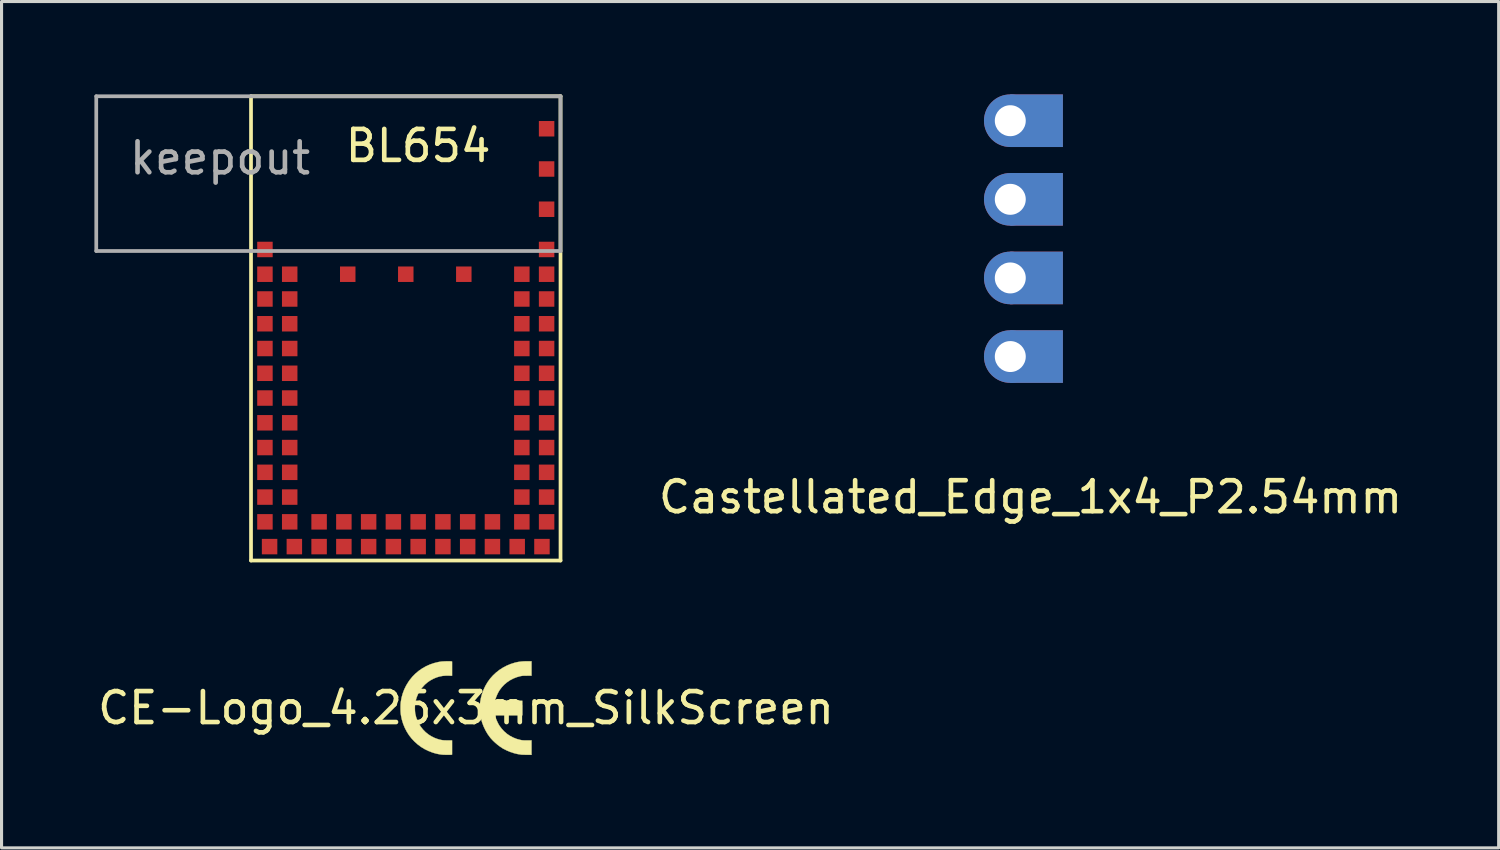
<source format=kicad_pcb>
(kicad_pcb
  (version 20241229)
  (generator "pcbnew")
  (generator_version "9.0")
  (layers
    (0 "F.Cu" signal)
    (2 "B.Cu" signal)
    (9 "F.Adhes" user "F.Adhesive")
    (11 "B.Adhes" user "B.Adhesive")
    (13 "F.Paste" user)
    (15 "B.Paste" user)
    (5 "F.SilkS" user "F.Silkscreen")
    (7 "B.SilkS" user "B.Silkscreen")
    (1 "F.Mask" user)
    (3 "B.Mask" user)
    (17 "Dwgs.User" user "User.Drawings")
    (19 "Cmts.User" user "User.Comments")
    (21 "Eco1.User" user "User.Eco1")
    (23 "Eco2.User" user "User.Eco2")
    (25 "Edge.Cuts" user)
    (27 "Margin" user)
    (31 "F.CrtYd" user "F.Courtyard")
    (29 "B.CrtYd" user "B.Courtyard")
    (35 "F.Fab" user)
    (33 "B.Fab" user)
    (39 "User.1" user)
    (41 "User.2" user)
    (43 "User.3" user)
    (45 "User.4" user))
  (footprint "CE-Logo_4.25x3mm_SilkScreen"
    (layer "F.Cu")
    (at 12.006 19.823)
    (property "Reference" "CE-Logo_4.25x3mm_SilkScreen" (at 0 0 0) (layer "F.SilkS") (effects (font (size 1 1) (thickness 0.15))))
    (attr exclude_from_pos_files exclude_from_bom)
    (fp_poly (pts (xy -0.53 -1.508) (xy -0.498 -1.507) (xy -0.475 -1.506) (xy -0.465 -1.504) (xy -0.45 -1.5) (xy -0.45 -1.04) (xy -0.555 -1.043) (xy -0.659 -1.043) (xy -0.757 -1.035) (xy -0.849 -1.017) (xy -0.939 -0.991) (xy -1.03 -0.954) (xy -1.068 -0.936) (xy -1.159 -0.886) (xy -1.24 -0.83) (xy -1.316 -0.766) (xy -1.346 -0.737) (xy -1.424 -0.65) (xy -1.492 -0.554) (xy -1.549 -0.452) (xy -1.594 -0.343) (xy -1.628 -0.228) (xy -1.638 -0.182) (xy -1.644 -0.14) (xy -1.648 -0.088) (xy -1.651 -0.031) (xy -1.651 0.029) (xy -1.649 0.087) (xy -1.645 0.14) (xy -1.639 0.185) (xy -1.638 0.189) (xy -1.61 0.303) (xy -1.57 0.412) (xy -1.52 0.515) (xy -1.458 0.611) (xy -1.387 0.7) (xy -1.307 0.781) (xy -1.218 0.853) (xy -1.121 0.915) (xy -1.017 0.967) (xy -0.925 1.001) (xy -0.874 1.017) (xy -0.826 1.029) (xy -0.78 1.038) (xy -0.731 1.044) (xy -0.677 1.047) (xy -0.615 1.048) (xy -0.587 1.048) (xy -0.45 1.048) (xy -0.45 1.507) (xy -0.465 1.511) (xy -0.477 1.512) (xy -0.501 1.513) (xy -0.533 1.514) (xy -0.571 1.514) (xy -0.612 1.514) (xy -0.654 1.513) (xy -0.696 1.512) (xy -0.733 1.511) (xy -0.764 1.509) (xy -0.787 1.507) (xy -0.787 1.507) (xy -0.844 1.499) (xy -0.907 1.487) (xy -0.974 1.472) (xy -1.037 1.454) (xy -1.078 1.442) (xy -1.21 1.391) (xy -1.336 1.33) (xy -1.454 1.258) (xy -1.564 1.176) (xy -1.665 1.085) (xy -1.758 0.986) (xy -1.842 0.879) (xy -1.915 0.764) (xy -1.978 0.642) (xy -2.03 0.515) (xy -2.071 0.381) (xy -2.1 0.243) (xy -2.107 0.198) (xy -2.111 0.156) (xy -2.114 0.104) (xy -2.116 0.046) (xy -2.116 -0.015) (xy -2.115 -0.074) (xy -2.113 -0.129) (xy -2.109 -0.176) (xy -2.107 -0.192) (xy -2.082 -0.333) (xy -2.044 -0.47) (xy -1.994 -0.601) (xy -1.932 -0.727) (xy -1.858 -0.847) (xy -1.819 -0.903) (xy -1.73 -1.012) (xy -1.632 -1.111) (xy -1.526 -1.2) (xy -1.412 -1.279) (xy -1.292 -1.347) (xy -1.165 -1.404) (xy -1.033 -1.449) (xy -0.896 -1.483) (xy -0.801 -1.499) (xy -0.774 -1.501) (xy -0.74 -1.504) (xy -0.7 -1.505) (xy -0.656 -1.507) (xy -0.612 -1.508) (xy -0.569 -1.508) (xy -0.53 -1.508)) (stroke (width 0.01) (type solid)) (fill yes) (layer "F.SilkS"))
    (fp_poly (pts (xy 2.117 -1.042) (xy 1.969 -1.042) (xy 1.919 -1.041) (xy 1.878 -1.041) (xy 1.846 -1.04) (xy 1.819 -1.038) (xy 1.795 -1.034) (xy 1.772 -1.03) (xy 1.755 -1.027) (xy 1.64 -0.995) (xy 1.531 -0.952) (xy 1.427 -0.898) (xy 1.331 -0.834) (xy 1.242 -0.76) (xy 1.162 -0.677) (xy 1.092 -0.585) (xy 1.08 -0.567) (xy 1.054 -0.523) (xy 1.027 -0.473) (xy 1.002 -0.418) (xy 0.979 -0.363) (xy 0.96 -0.311) (xy 0.946 -0.266) (xy 0.943 -0.253) (xy 0.938 -0.232) (xy 1.819 -0.232) (xy 1.819 0.238) (xy 0.938 0.238) (xy 0.943 0.26) (xy 0.955 0.305) (xy 0.974 0.358) (xy 0.998 0.415) (xy 1.024 0.472) (xy 1.052 0.526) (xy 1.08 0.573) (xy 1.085 0.58) (xy 1.157 0.676) (xy 1.238 0.762) (xy 1.326 0.838) (xy 1.423 0.903) (xy 1.527 0.957) (xy 1.637 1.001) (xy 1.754 1.032) (xy 1.757 1.033) (xy 1.783 1.038) (xy 1.807 1.042) (xy 1.832 1.045) (xy 1.86 1.047) (xy 1.895 1.048) (xy 1.937 1.048) (xy 1.973 1.048) (xy 2.117 1.048) (xy 2.117 1.515) (xy 1.973 1.514) (xy 1.927 1.513) (xy 1.882 1.512) (xy 1.841 1.511) (xy 1.807 1.509) (xy 1.783 1.508) (xy 1.779 1.507) (xy 1.667 1.489) (xy 1.551 1.461) (xy 1.435 1.423) (xy 1.322 1.376) (xy 1.215 1.323) (xy 1.187 1.307) (xy 1.106 1.254) (xy 1.023 1.192) (xy 0.942 1.123) (xy 0.866 1.051) (xy 0.799 0.978) (xy 0.781 0.956) (xy 0.7 0.845) (xy 0.63 0.726) (xy 0.57 0.601) (xy 0.52 0.469) (xy 0.483 0.334) (xy 0.457 0.195) (xy 0.456 0.185) (xy 0.452 0.149) (xy 0.45 0.104) (xy 0.448 0.052) (xy 0.448 -0.002) (xy 0.449 -0.056) (xy 0.45 -0.106) (xy 0.453 -0.15) (xy 0.456 -0.179) (xy 0.482 -0.321) (xy 0.519 -0.459) (xy 0.568 -0.591) (xy 0.628 -0.717) (xy 0.699 -0.836) (xy 0.779 -0.947) (xy 0.781 -0.949) (xy 0.871 -1.05) (xy 0.971 -1.144) (xy 1.078 -1.228) (xy 1.193 -1.302) (xy 1.314 -1.366) (xy 1.439 -1.419) (xy 1.567 -1.459) (xy 1.617 -1.472) (xy 1.679 -1.485) (xy 1.737 -1.494) (xy 1.794 -1.501) (xy 1.854 -1.505) (xy 1.92 -1.508) (xy 1.976 -1.508) (xy 2.117 -1.508) (xy 2.117 -1.042)) (stroke (width 0.01) (type solid)) (fill yes) (layer "F.SilkS")))
  (footprint "Castellated_Edge_1x4_P2.54mm"
    (layer "F.Cu")
    (at 29.591 0.85)
    (property "Reference" "Castellated_Edge_1x4_P2.54mm" (at 0.654 12.16 0) (layer "F.SilkS") (effects (font (size 1 1) (thickness 0.15))))
    (attr through_hole)
    (pad "1" thru_hole circle (at 0 0) (size 1.7 1.7) (drill 1) (layers "*.Cu" "*.Mask"))
    (pad "1" smd rect (at 0.85 0) (size 1.7 1.7) (layers "F.Cu" "F.Mask" "F.Paste"))
    (pad "1" smd rect (at 0.85 0) (size 1.7 1.7) (layers "B.Cu" "B.Mask" "B.Paste"))
    (pad "2" thru_hole oval (at 0 2.54) (size 1.7 1.7) (drill 1) (layers "*.Cu" "*.Mask"))
    (pad "2" smd rect (at 0.85 2.54) (size 1.7 1.7) (layers "F.Cu" "F.Mask" "F.Paste"))
    (pad "2" smd rect (at 0.85 2.54) (size 1.7 1.7) (layers "B.Cu" "B.Mask" "B.Paste"))
    (pad "3" thru_hole oval (at 0 5.08) (size 1.7 1.7) (drill 1) (layers "*.Cu" "*.Mask"))
    (pad "3" smd rect (at 0.85 5.08) (size 1.7 1.7) (layers "F.Cu" "F.Mask" "F.Paste"))
    (pad "3" smd rect (at 0.85 5.08) (size 1.7 1.7) (layers "B.Cu" "B.Mask" "B.Paste"))
    (pad "4" thru_hole oval (at 0 7.62) (size 1.7 1.7) (drill 1) (layers "*.Cu" "*.Mask"))
    (pad "4" smd rect (at 0.85 7.62) (size 1.7 1.7) (layers "F.Cu" "F.Mask" "F.Paste"))
    (pad "4" smd rect (at 0.85 7.62) (size 1.7 1.7) (layers "B.Cu" "B.Mask" "B.Paste")))
  (footprint "BL654"
    (layer "F.Cu")
    (at 5.06 15.06)
    (property "Reference" "BL654" (at 5.4 -13.4 0) (layer "F.SilkS") (effects (font (size 1 1) (thickness 0.15))))
    (attr through_hole)
    (fp_line (start 0 -15) (end 10 -15) (stroke (width 0.12) (type solid)) (layer "F.SilkS"))
    (fp_line (start 0 0) (end 0 -15) (stroke (width 0.12) (type solid)) (layer "F.SilkS"))
    (fp_line (start 10 -15) (end 10 0) (stroke (width 0.12) (type solid)) (layer "F.SilkS"))
    (fp_line (start 10 0) (end 0 0) (stroke (width 0.12) (type solid)) (layer "F.SilkS"))
    (fp_line (start -5 -15) (end 0 -15) (stroke (width 0.12) (type solid)) (layer "F.Fab"))
    (fp_line (start -5 -10) (end -5 -15) (stroke (width 0.12) (type solid)) (layer "F.Fab"))
    (fp_line (start 0 -15) (end 10 -15) (stroke (width 0.12) (type solid)) (layer "F.Fab"))
    (fp_line (start 0 -10) (end -5 -10) (stroke (width 0.12) (type solid)) (layer "F.Fab"))
    (fp_line (start 10 -15) (end 10 -10) (stroke (width 0.12) (type solid)) (layer "F.Fab"))
    (fp_line (start 10 -10) (end 0 -10) (stroke (width 0.12) (type solid)) (layer "F.Fab"))
    (fp_text user "keepout" (at -1 -13 0) (layer "F.Fab") (effects (font (size 1 1) (thickness 0.15))))
    (pad "0" smd rect (at 9.55 -10.05) (size 0.5 0.5) (layers "F.Cu" "F.Mask" "F.Paste"))
    (pad "1" smd rect (at 9.55 -9.25) (size 0.5 0.5) (layers "F.Cu" "F.Mask" "F.Paste"))
    (pad "2" smd rect (at 8.75 -9.25) (size 0.5 0.5) (layers "F.Cu" "F.Mask" "F.Paste"))
    (pad "3" smd rect (at 9.55 -8.45) (size 0.5 0.5) (layers "F.Cu" "F.Mask" "F.Paste"))
    (pad "4" smd rect (at 8.75 -8.45) (size 0.5 0.5) (layers "F.Cu" "F.Mask" "F.Paste"))
    (pad "5" smd rect (at 9.55 -7.65) (size 0.5 0.5) (layers "F.Cu" "F.Mask" "F.Paste"))
    (pad "6" smd rect (at 8.75 -7.65) (size 0.5 0.5) (layers "F.Cu" "F.Mask" "F.Paste"))
    (pad "7" smd rect (at 9.55 -6.85) (size 0.5 0.5) (layers "F.Cu" "F.Mask" "F.Paste"))
    (pad "8" smd rect (at 8.75 -6.85) (size 0.5 0.5) (layers "F.Cu" "F.Mask" "F.Paste"))
    (pad "9" smd rect (at 9.55 -6.05) (size 0.5 0.5) (layers "F.Cu" "F.Mask" "F.Paste"))
    (pad "10" smd rect (at 8.75 -6.05) (size 0.5 0.5) (layers "F.Cu" "F.Mask" "F.Paste"))
    (pad "11" smd rect (at 9.55 -5.25) (size 0.5 0.5) (layers "F.Cu" "F.Mask" "F.Paste"))
    (pad "12" smd rect (at 8.75 -5.25) (size 0.5 0.5) (layers "F.Cu" "F.Mask" "F.Paste"))
    (pad "13" smd rect (at 9.55 -4.45) (size 0.5 0.5) (layers "F.Cu" "F.Mask" "F.Paste"))
    (pad "14" smd rect (at 8.75 -4.45) (size 0.5 0.5) (layers "F.Cu" "F.Mask" "F.Paste"))
    (pad "15" smd rect (at 9.55 -3.65) (size 0.5 0.5) (layers "F.Cu" "F.Mask" "F.Paste"))
    (pad "16" smd rect (at 8.75 -3.65) (size 0.5 0.5) (layers "F.Cu" "F.Mask" "F.Paste"))
    (pad "17" smd rect (at 9.55 -2.85) (size 0.5 0.5) (layers "F.Cu" "F.Mask" "F.Paste"))
    (pad "18" smd rect (at 8.75 -2.85) (size 0.5 0.5) (layers "F.Cu" "F.Mask" "F.Paste"))
    (pad "19" smd rect (at 9.55 -2.05) (size 0.5 0.5) (layers "F.Cu" "F.Mask" "F.Paste"))
    (pad "20" smd rect (at 8.75 -2.05) (size 0.5 0.5) (layers "F.Cu" "F.Mask" "F.Paste"))
    (pad "21" smd rect (at 9.55 -1.25) (size 0.5 0.5) (layers "F.Cu" "F.Mask" "F.Paste"))
    (pad "22" smd rect (at 8.75 -1.25) (size 0.5 0.5) (layers "F.Cu" "F.Mask" "F.Paste"))
    (pad "23" smd rect (at 9.4 -0.45) (size 0.5 0.5) (layers "F.Cu" "F.Mask" "F.Paste"))
    (pad "24" smd rect (at 8.6 -0.45) (size 0.5 0.5) (layers "F.Cu" "F.Mask" "F.Paste"))
    (pad "25" smd rect (at 7.8 -0.45) (size 0.5 0.5) (layers "F.Cu" "F.Mask" "F.Paste"))
    (pad "26" smd rect (at 7.8 -1.25) (size 0.5 0.5) (layers "F.Cu" "F.Mask" "F.Paste"))
    (pad "27" smd rect (at 7 -0.45) (size 0.5 0.5) (layers "F.Cu" "F.Mask" "F.Paste"))
    (pad "28" smd rect (at 7 -1.25) (size 0.5 0.5) (layers "F.Cu" "F.Mask" "F.Paste"))
    (pad "29" smd rect (at 6.2 -0.45) (size 0.5 0.5) (layers "F.Cu" "F.Mask" "F.Paste"))
    (pad "30" smd rect (at 6.2 -1.25) (size 0.5 0.5) (layers "F.Cu" "F.Mask" "F.Paste"))
    (pad "31" smd rect (at 5.4 -0.45) (size 0.5 0.5) (layers "F.Cu" "F.Mask" "F.Paste"))
    (pad "32" smd rect (at 5.4 -1.25) (size 0.5 0.5) (layers "F.Cu" "F.Mask" "F.Paste"))
    (pad "33" smd rect (at 4.6 -0.45) (size 0.5 0.5) (layers "F.Cu" "F.Mask" "F.Paste"))
    (pad "34" smd rect (at 4.6 -1.25) (size 0.5 0.5) (layers "F.Cu" "F.Mask" "F.Paste"))
    (pad "35" smd rect (at 3.8 -0.45) (size 0.5 0.5) (layers "F.Cu" "F.Mask" "F.Paste"))
    (pad "36" smd rect (at 3.8 -1.25) (size 0.5 0.5) (layers "F.Cu" "F.Mask" "F.Paste"))
    (pad "37" smd rect (at 3 -0.45) (size 0.5 0.5) (layers "F.Cu" "F.Mask" "F.Paste"))
    (pad "38" smd rect (at 3 -1.25) (size 0.5 0.5) (layers "F.Cu" "F.Mask" "F.Paste"))
    (pad "39" smd rect (at 2.2 -0.45) (size 0.5 0.5) (layers "F.Cu" "F.Mask" "F.Paste"))
    (pad "40" smd rect (at 2.2 -1.25) (size 0.5 0.5) (layers "F.Cu" "F.Mask" "F.Paste"))
    (pad "41" smd rect (at 1.4 -0.45) (size 0.5 0.5) (layers "F.Cu" "F.Mask" "F.Paste"))
    (pad "42" smd rect (at 0.6 -0.45) (size 0.5 0.5) (layers "F.Cu" "F.Mask" "F.Paste"))
    (pad "43" smd rect (at 0.45 -1.25) (size 0.5 0.5) (layers "F.Cu" "F.Mask" "F.Paste"))
    (pad "44" smd rect (at 1.25 -1.25) (size 0.5 0.5) (layers "F.Cu" "F.Mask" "F.Paste"))
    (pad "45" smd rect (at 0.45 -2.05) (size 0.5 0.5) (layers "F.Cu" "F.Mask" "F.Paste"))
    (pad "46" smd rect (at 1.25 -2.05) (size 0.5 0.5) (layers "F.Cu" "F.Mask" "F.Paste"))
    (pad "47" smd rect (at 0.45 -2.85) (size 0.5 0.5) (layers "F.Cu" "F.Mask" "F.Paste"))
    (pad "48" smd rect (at 1.25 -2.85) (size 0.5 0.5) (layers "F.Cu" "F.Mask" "F.Paste"))
    (pad "49" smd rect (at 0.45 -3.65) (size 0.5 0.5) (layers "F.Cu" "F.Mask" "F.Paste"))
    (pad "50" smd rect (at 1.25 -3.65) (size 0.5 0.5) (layers "F.Cu" "F.Mask" "F.Paste"))
    (pad "51" smd rect (at 0.45 -4.45) (size 0.5 0.5) (layers "F.Cu" "F.Mask" "F.Paste"))
    (pad "52" smd rect (at 1.25 -4.45) (size 0.5 0.5) (layers "F.Cu" "F.Mask" "F.Paste"))
    (pad "53" smd rect (at 0.45 -5.25) (size 0.5 0.5) (layers "F.Cu" "F.Mask" "F.Paste"))
    (pad "54" smd rect (at 1.25 -5.25) (size 0.5 0.5) (layers "F.Cu" "F.Mask" "F.Paste"))
    (pad "55" smd rect (at 0.45 -6.05) (size 0.5 0.5) (layers "F.Cu" "F.Mask" "F.Paste"))
    (pad "56" smd rect (at 1.25 -6.05) (size 0.5 0.5) (layers "F.Cu" "F.Mask" "F.Paste"))
    (pad "57" smd rect (at 0.45 -6.85) (size 0.5 0.5) (layers "F.Cu" "F.Mask" "F.Paste"))
    (pad "58" smd rect (at 1.25 -6.85) (size 0.5 0.5) (layers "F.Cu" "F.Mask" "F.Paste"))
    (pad "59" smd rect (at 0.45 -7.65) (size 0.5 0.5) (layers "F.Cu" "F.Mask" "F.Paste"))
    (pad "60" smd rect (at 1.25 -7.65) (size 0.5 0.5) (layers "F.Cu" "F.Mask" "F.Paste"))
    (pad "61" smd rect (at 0.45 -8.45) (size 0.5 0.5) (layers "F.Cu" "F.Mask" "F.Paste"))
    (pad "62" smd rect (at 1.25 -8.45) (size 0.5 0.5) (layers "F.Cu" "F.Mask" "F.Paste"))
    (pad "63" smd rect (at 0.45 -9.25) (size 0.5 0.5) (layers "F.Cu" "F.Mask" "F.Paste"))
    (pad "64" smd rect (at 1.25 -9.25) (size 0.5 0.5) (layers "F.Cu" "F.Mask" "F.Paste"))
    (pad "65" smd rect (at 0.45 -10.05) (size 0.5 0.5) (layers "F.Cu" "F.Mask" "F.Paste"))
    (pad "66" smd rect (at 9.55 -11.35) (size 0.5 0.5) (layers "F.Cu" "F.Mask" "F.Paste"))
    (pad "67" smd rect (at 9.55 -12.65) (size 0.5 0.5) (layers "F.Cu" "F.Mask" "F.Paste"))
    (pad "68" smd rect (at 9.55 -13.95) (size 0.5 0.5) (layers "F.Cu" "F.Mask" "F.Paste"))
    (pad "69" smd rect (at 3.125 -9.25) (size 0.5 0.5) (layers "F.Cu" "F.Mask" "F.Paste"))
    (pad "70" smd rect (at 5 -9.25) (size 0.5 0.5) (layers "F.Cu" "F.Mask" "F.Paste"))
    (pad "71" smd rect (at 6.875 -9.25) (size 0.5 0.5) (layers "F.Cu" "F.Mask" "F.Paste")))
  (gr_rect
    (start -3 -3)
    (end 45.37 24.343)
    (stroke (width 0.1) (type default))
    (fill no)
    (layer "Edge.Cuts")))
</source>
